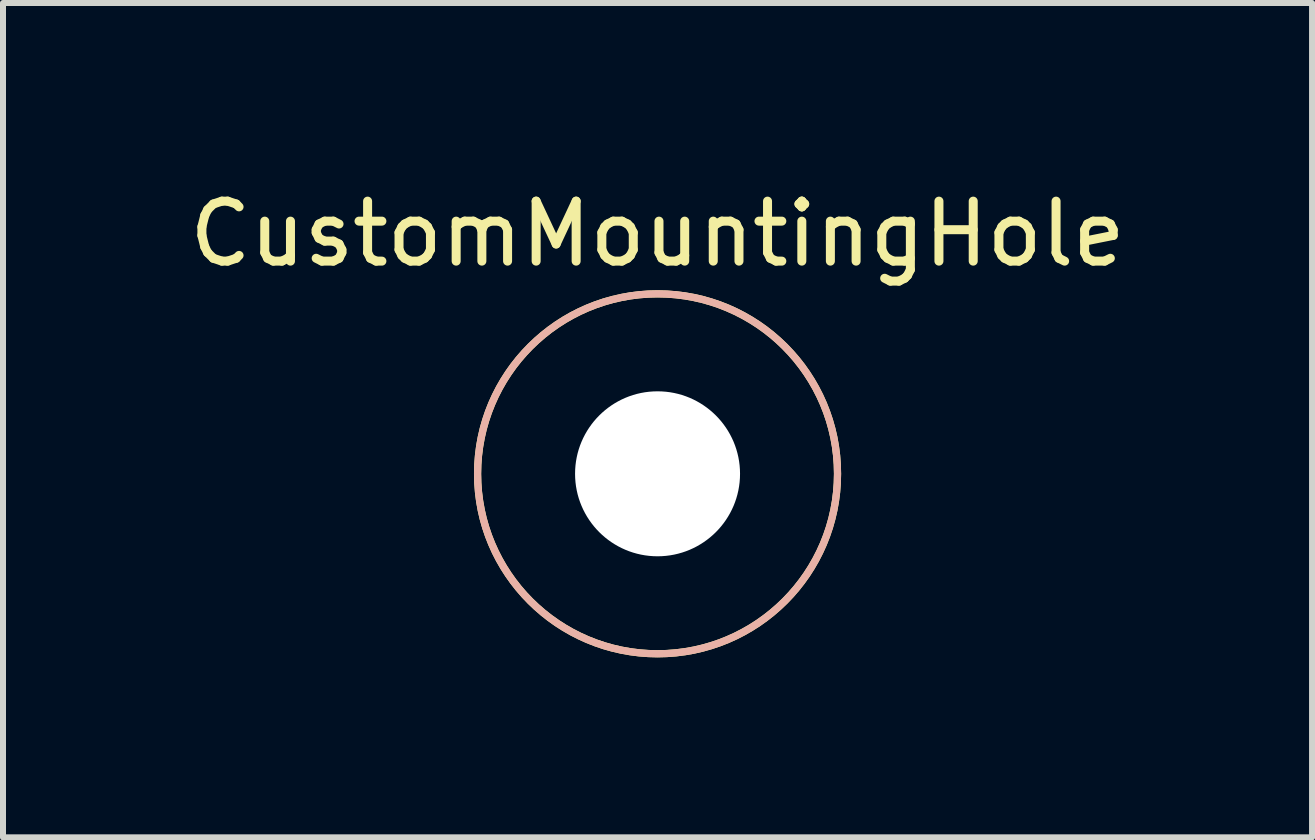
<source format=kicad_pcb>
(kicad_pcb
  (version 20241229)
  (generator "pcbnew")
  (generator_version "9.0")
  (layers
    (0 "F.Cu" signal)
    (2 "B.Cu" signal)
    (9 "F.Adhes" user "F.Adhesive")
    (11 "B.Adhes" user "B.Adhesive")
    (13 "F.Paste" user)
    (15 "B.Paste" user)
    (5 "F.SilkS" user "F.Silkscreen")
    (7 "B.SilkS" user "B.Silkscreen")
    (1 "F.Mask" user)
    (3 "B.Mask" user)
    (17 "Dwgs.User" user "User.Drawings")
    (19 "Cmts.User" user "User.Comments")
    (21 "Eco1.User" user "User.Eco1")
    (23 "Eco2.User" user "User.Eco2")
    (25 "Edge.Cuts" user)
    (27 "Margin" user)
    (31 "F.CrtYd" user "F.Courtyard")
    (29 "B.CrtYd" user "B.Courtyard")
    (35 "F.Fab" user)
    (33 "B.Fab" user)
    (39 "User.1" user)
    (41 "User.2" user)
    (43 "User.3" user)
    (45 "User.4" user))
  (footprint "CustomMountingHole"
    (layer "F.Cu")
    (at 7.911 4.848)
    (property "Reference" "CustomMountingHole" (at 0 -4 0) (unlocked yes) (layer "F.SilkS") (effects (font (size 1 1) (thickness 0.15))))
    (attr through_hole)
    (fp_circle (center 0 0) (end 3 0) (stroke (width 0.12) (type solid)) (fill no) (layer "F.SilkS"))
    (fp_circle (center 0 0) (end 3 0) (stroke (width 0.12) (type solid)) (fill no) (layer "B.SilkS"))
    (pad "" np_thru_hole circle (at 0 0) (size 2.75 2.75) (drill 2.75) (layers "*.Cu" "*.Mask")))
  (gr_rect
    (start -3 -3)
    (end 18.821 10.908)
    (stroke (width 0.1) (type default))
    (fill no)
    (layer "Edge.Cuts")))
</source>
